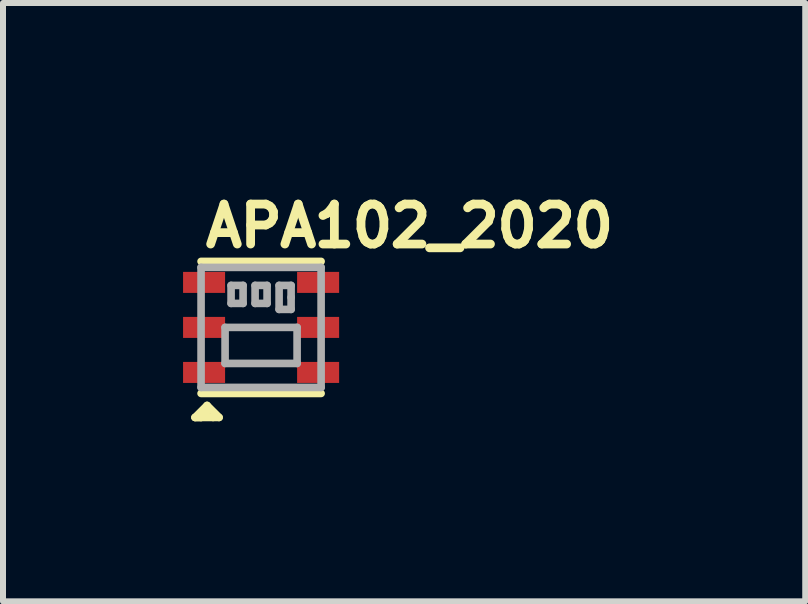
<source format=kicad_pcb>
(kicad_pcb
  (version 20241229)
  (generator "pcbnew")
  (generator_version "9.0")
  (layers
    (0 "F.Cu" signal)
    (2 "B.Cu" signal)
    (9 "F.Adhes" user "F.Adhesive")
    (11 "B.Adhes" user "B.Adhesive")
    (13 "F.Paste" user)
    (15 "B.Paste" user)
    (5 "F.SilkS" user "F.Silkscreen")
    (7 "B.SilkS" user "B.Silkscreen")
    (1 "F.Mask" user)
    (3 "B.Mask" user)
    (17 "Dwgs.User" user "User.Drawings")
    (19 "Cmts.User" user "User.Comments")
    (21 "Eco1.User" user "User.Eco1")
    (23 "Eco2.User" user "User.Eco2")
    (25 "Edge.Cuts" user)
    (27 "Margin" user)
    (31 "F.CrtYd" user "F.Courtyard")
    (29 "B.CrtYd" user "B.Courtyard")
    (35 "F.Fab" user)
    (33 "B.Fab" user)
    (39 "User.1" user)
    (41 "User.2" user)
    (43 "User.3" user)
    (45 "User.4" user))
  (footprint "APA102_2020"
    (layer "F.Cu")
    (at 1.3 2.405)
    (property "Reference" "APA102_2020" (at -1 -1.3 0) (unlocked yes) (layer "F.SilkS") (effects (font (size 0.666 0.666) (thickness 0.146)) (justify left bottom)))
    (fp_line (start -1.1 1.5) (end -1 1.5) (stroke (width 0.127) (type solid)) (layer "F.SilkS"))
    (fp_line (start -1.1 1.5) (end -0.8 1.5) (stroke (width 0.127) (type solid)) (layer "F.SilkS"))
    (fp_line (start -1 1.5) (end -0.9 1.4) (stroke (width 0.127) (type solid)) (layer "F.SilkS"))
    (fp_line (start -0.9 1.3) (end -1.1 1.5) (stroke (width 0.127) (type solid)) (layer "F.SilkS"))
    (fp_line (start -0.8 1.5) (end -0.7 1.5) (stroke (width 0.127) (type solid)) (layer "F.SilkS"))
    (fp_line (start -0.7 1.5) (end -0.9 1.3) (stroke (width 0.127) (type solid)) (layer "F.SilkS"))
    (fp_line (start 1 -1.1) (end -1 -1.1) (stroke (width 0.127) (type solid)) (layer "F.SilkS"))
    (fp_line (start 1 1.1) (end -1 1.1) (stroke (width 0.127) (type solid)) (layer "F.SilkS"))
    (fp_line (start -1 -1) (end 1 -1) (stroke (width 0.127) (type solid)) (layer "F.Fab"))
    (fp_line (start -1 1) (end -1 -1) (stroke (width 0.127) (type solid)) (layer "F.Fab"))
    (fp_line (start -0.6 0) (end 0.6 0) (stroke (width 0.127) (type solid)) (layer "F.Fab"))
    (fp_line (start -0.6 0.6) (end -0.6 0) (stroke (width 0.127) (type solid)) (layer "F.Fab"))
    (fp_line (start -0.5 -0.7) (end -0.3 -0.7) (stroke (width 0.127) (type solid)) (layer "F.Fab"))
    (fp_line (start -0.5 -0.4) (end -0.5 -0.7) (stroke (width 0.127) (type solid)) (layer "F.Fab"))
    (fp_line (start -0.3 -0.7) (end -0.3 -0.4) (stroke (width 0.127) (type solid)) (layer "F.Fab"))
    (fp_line (start -0.3 -0.4) (end -0.5 -0.4) (stroke (width 0.127) (type solid)) (layer "F.Fab"))
    (fp_line (start -0.1 -0.7) (end 0.1 -0.7) (stroke (width 0.127) (type solid)) (layer "F.Fab"))
    (fp_line (start -0.1 -0.4) (end -0.1 -0.7) (stroke (width 0.127) (type solid)) (layer "F.Fab"))
    (fp_line (start 0.1 -0.7) (end 0.1 -0.4) (stroke (width 0.127) (type solid)) (layer "F.Fab"))
    (fp_line (start 0.1 -0.4) (end -0.1 -0.4) (stroke (width 0.127) (type solid)) (layer "F.Fab"))
    (fp_line (start 0.3 -0.7) (end 0.5 -0.7) (stroke (width 0.127) (type solid)) (layer "F.Fab"))
    (fp_line (start 0.3 -0.3) (end 0.3 -0.7) (stroke (width 0.127) (type solid)) (layer "F.Fab"))
    (fp_line (start 0.5 -0.7) (end 0.5 -0.5) (stroke (width 0.127) (type solid)) (layer "F.Fab"))
    (fp_line (start 0.5 -0.5) (end 0.5 -0.3) (stroke (width 0.127) (type solid)) (layer "F.Fab"))
    (fp_line (start 0.5 -0.3) (end 0.3 -0.3) (stroke (width 0.127) (type solid)) (layer "F.Fab"))
    (fp_line (start 0.6 0) (end 0.6 0.6) (stroke (width 0.127) (type solid)) (layer "F.Fab"))
    (fp_line (start 0.6 0.6) (end -0.6 0.6) (stroke (width 0.127) (type solid)) (layer "F.Fab"))
    (fp_line (start 1 -1) (end 1 1) (stroke (width 0.127) (type solid)) (layer "F.Fab"))
    (fp_line (start 1 1) (end -1 1) (stroke (width 0.127) (type solid)) (layer "F.Fab"))
    (pad "1" smd rect (at -0.95 0.75 180) (size 0.7 0.35) (layers "F.Cu" "F.Mask" "F.Paste"))
    (pad "2" smd rect (at -0.95 0 180) (size 0.7 0.35) (layers "F.Cu" "F.Mask" "F.Paste"))
    (pad "3" smd rect (at -0.95 -0.75 180) (size 0.7 0.35) (layers "F.Cu" "F.Mask" "F.Paste"))
    (pad "4" smd rect (at 0.95 -0.75 180) (size 0.7 0.35) (layers "F.Cu" "F.Mask" "F.Paste"))
    (pad "5" smd rect (at 0.95 0 180) (size 0.7 0.35) (layers "F.Cu" "F.Mask" "F.Paste"))
    (pad "6" smd rect (at 0.95 0.75 180) (size 0.7 0.35) (layers "F.Cu" "F.Mask" "F.Paste")))
  (gr_rect
    (start -3 -3)
    (end 10.366 6.969)
    (stroke (width 0.1) (type default))
    (fill no)
    (layer "Edge.Cuts")))
</source>
